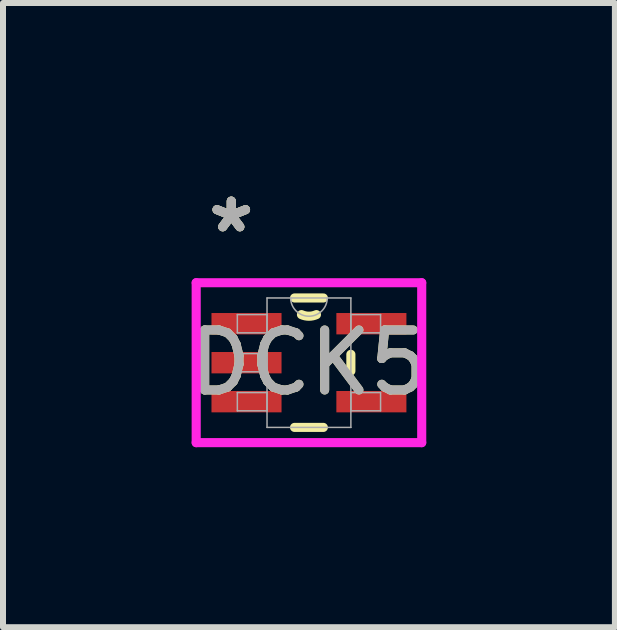
<source format=kicad_pcb>
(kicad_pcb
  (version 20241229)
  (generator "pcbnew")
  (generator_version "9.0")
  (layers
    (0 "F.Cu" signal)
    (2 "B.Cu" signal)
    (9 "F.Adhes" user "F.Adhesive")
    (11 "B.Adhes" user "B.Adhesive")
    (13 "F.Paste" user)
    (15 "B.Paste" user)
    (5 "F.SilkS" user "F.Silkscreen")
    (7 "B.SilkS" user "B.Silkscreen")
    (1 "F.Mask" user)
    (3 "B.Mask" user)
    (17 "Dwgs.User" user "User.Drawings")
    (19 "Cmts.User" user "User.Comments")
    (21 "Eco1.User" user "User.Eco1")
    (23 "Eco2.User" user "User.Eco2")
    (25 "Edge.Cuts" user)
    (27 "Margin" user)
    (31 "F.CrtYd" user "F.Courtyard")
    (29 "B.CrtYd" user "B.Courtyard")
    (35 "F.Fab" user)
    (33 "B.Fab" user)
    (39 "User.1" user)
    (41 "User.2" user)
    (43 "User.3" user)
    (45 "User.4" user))
  (footprint "DCK5"
    (layer "F.Cu")
    (at 2.101 2.997)
    (property "Reference" "DCK5" (at 0 0 0) (unlocked yes) (layer "F.SilkS") (effects (font (size 1 1) (thickness 0.15))))
    (attr smd)
    (fp_line (start -0.24 1.079) (end 0.24 1.079) (stroke (width 0.152) (type solid)) (layer "F.SilkS"))
    (fp_line (start 0.24 -1.079) (end -0.24 -1.079) (stroke (width 0.152) (type solid)) (layer "F.SilkS"))
    (fp_line (start 0.699 0.139) (end 0.699 -0.139) (stroke (width 0.152) (type solid)) (layer "F.SilkS"))
    (fp_arc (start 0.12446 -0.801269) (mid 0 -0.7747) (end -0.12446 -0.801269) (stroke (width 0.1524) (type solid)) (layer "F.SilkS"))
    (fp_line (start -1.88 -1.333) (end 1.88 -1.333) (stroke (width 0.152) (type solid)) (layer "F.CrtYd"))
    (fp_line (start -1.88 1.333) (end -1.88 -1.333) (stroke (width 0.152) (type solid)) (layer "F.CrtYd"))
    (fp_line (start 1.88 -1.333) (end 1.88 1.333) (stroke (width 0.152) (type solid)) (layer "F.CrtYd"))
    (fp_line (start 1.88 1.333) (end -1.88 1.333) (stroke (width 0.152) (type solid)) (layer "F.CrtYd"))
    (fp_line (start -1.194 -0.802) (end -1.194 -0.498) (stroke (width 0.025) (type solid)) (layer "F.Fab"))
    (fp_line (start -1.194 -0.498) (end -0.699 -0.498) (stroke (width 0.025) (type solid)) (layer "F.Fab"))
    (fp_line (start -1.194 -0.152) (end -1.194 0.152) (stroke (width 0.025) (type solid)) (layer "F.Fab"))
    (fp_line (start -1.194 0.152) (end -0.699 0.152) (stroke (width 0.025) (type solid)) (layer "F.Fab"))
    (fp_line (start -1.194 0.498) (end -1.194 0.802) (stroke (width 0.025) (type solid)) (layer "F.Fab"))
    (fp_line (start -1.194 0.802) (end -0.699 0.802) (stroke (width 0.025) (type solid)) (layer "F.Fab"))
    (fp_line (start -0.699 -1.079) (end -0.699 1.079) (stroke (width 0.025) (type solid)) (layer "F.Fab"))
    (fp_line (start -0.699 -0.802) (end -1.194 -0.802) (stroke (width 0.025) (type solid)) (layer "F.Fab"))
    (fp_line (start -0.699 -0.498) (end -0.699 -0.802) (stroke (width 0.025) (type solid)) (layer "F.Fab"))
    (fp_line (start -0.699 -0.152) (end -1.194 -0.152) (stroke (width 0.025) (type solid)) (layer "F.Fab"))
    (fp_line (start -0.699 0.152) (end -0.699 -0.152) (stroke (width 0.025) (type solid)) (layer "F.Fab"))
    (fp_line (start -0.699 0.498) (end -1.194 0.498) (stroke (width 0.025) (type solid)) (layer "F.Fab"))
    (fp_line (start -0.699 0.802) (end -0.699 0.498) (stroke (width 0.025) (type solid)) (layer "F.Fab"))
    (fp_line (start -0.699 1.079) (end 0.699 1.079) (stroke (width 0.025) (type solid)) (layer "F.Fab"))
    (fp_line (start 0.699 -1.079) (end -0.699 -1.079) (stroke (width 0.025) (type solid)) (layer "F.Fab"))
    (fp_line (start 0.699 -0.802) (end 0.699 -0.498) (stroke (width 0.025) (type solid)) (layer "F.Fab"))
    (fp_line (start 0.699 -0.498) (end 1.194 -0.498) (stroke (width 0.025) (type solid)) (layer "F.Fab"))
    (fp_line (start 0.699 0.498) (end 0.699 0.802) (stroke (width 0.025) (type solid)) (layer "F.Fab"))
    (fp_line (start 0.699 0.802) (end 1.194 0.802) (stroke (width 0.025) (type solid)) (layer "F.Fab"))
    (fp_line (start 0.699 1.079) (end 0.699 -1.079) (stroke (width 0.025) (type solid)) (layer "F.Fab"))
    (fp_line (start 1.194 -0.802) (end 0.699 -0.802) (stroke (width 0.025) (type solid)) (layer "F.Fab"))
    (fp_line (start 1.194 -0.498) (end 1.194 -0.802) (stroke (width 0.025) (type solid)) (layer "F.Fab"))
    (fp_line (start 1.194 0.498) (end 0.699 0.498) (stroke (width 0.025) (type solid)) (layer "F.Fab"))
    (fp_line (start 1.194 0.802) (end 1.194 0.498) (stroke (width 0.025) (type solid)) (layer "F.Fab"))
    (fp_arc (start 0.3048 -1.0795) (mid 0 -0.7747) (end -0.3048 -1.0795) (stroke (width 0.0254) (type solid)) (layer "F.Fab"))
    (fp_text user "*" (at -1.295 -2.149 0) (layer "F.SilkS") (effects (font (size 1 1) (thickness 0.15))))
    (fp_text user "*" (at -1.295 -2.149 0) (unlocked yes) (layer "F.SilkS") (effects (font (size 1 1) (thickness 0.15))))
    (fp_text user "*" (at -1.295 -2.149 0) (layer "F.Fab") (effects (font (size 1 1) (thickness 0.15))))
    (fp_text user "${REFERENCE}" (at 0 0 0) (unlocked yes) (layer "F.Fab") (effects (font (size 1 1) (thickness 0.15))))
    (fp_text user "*" (at -1.295 -2.149 0) (unlocked yes) (layer "F.Fab") (effects (font (size 1 1) (thickness 0.15))))
    (pad "1" smd rect (at -1.041 -0.65) (size 1.168 0.356) (layers "F.Cu" "F.Mask" "F.Paste"))
    (pad "2" smd rect (at -1.041 0) (size 1.168 0.356) (layers "F.Cu" "F.Mask" "F.Paste"))
    (pad "3" smd rect (at -1.041 0.65) (size 1.168 0.356) (layers "F.Cu" "F.Mask" "F.Paste"))
    (pad "4" smd rect (at 1.041 0.65) (size 1.168 0.356) (layers "F.Cu" "F.Mask" "F.Paste"))
    (pad "5" smd rect (at 1.041 -0.65) (size 1.168 0.356) (layers "F.Cu" "F.Mask" "F.Paste")))
  (gr_rect
    (start -3 -3)
    (end 7.202 7.407)
    (stroke (width 0.1) (type default))
    (fill no)
    (layer "Edge.Cuts")))
</source>
